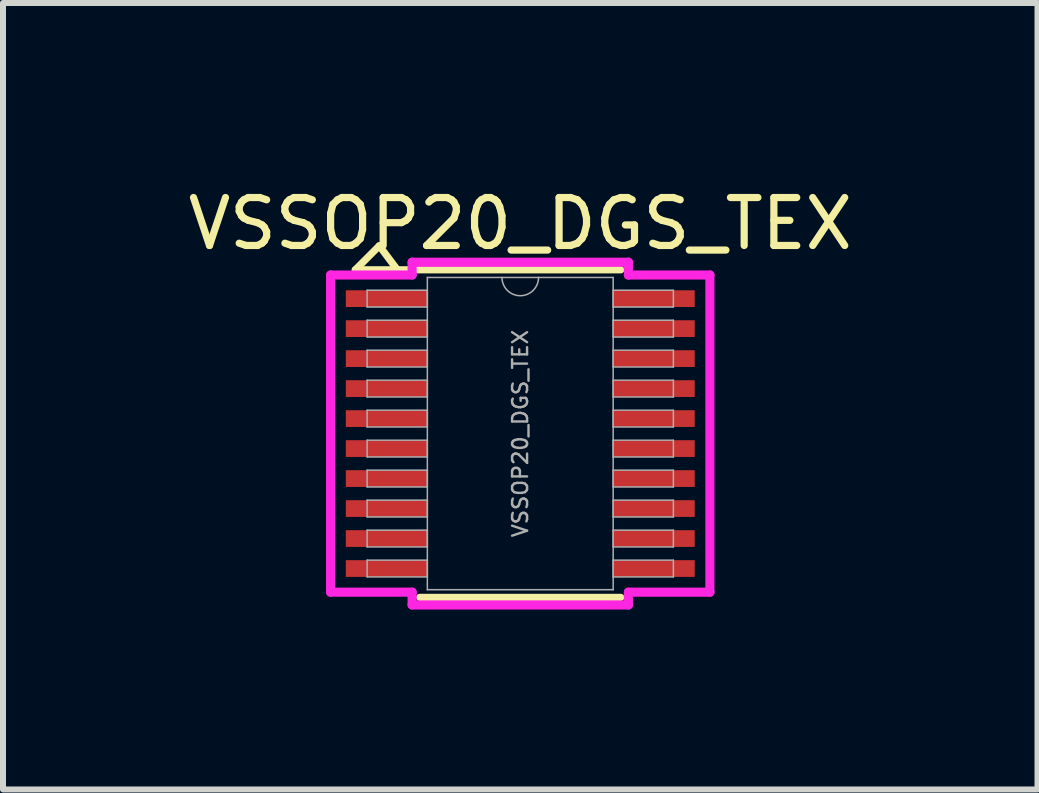
<source format=kicad_pcb>
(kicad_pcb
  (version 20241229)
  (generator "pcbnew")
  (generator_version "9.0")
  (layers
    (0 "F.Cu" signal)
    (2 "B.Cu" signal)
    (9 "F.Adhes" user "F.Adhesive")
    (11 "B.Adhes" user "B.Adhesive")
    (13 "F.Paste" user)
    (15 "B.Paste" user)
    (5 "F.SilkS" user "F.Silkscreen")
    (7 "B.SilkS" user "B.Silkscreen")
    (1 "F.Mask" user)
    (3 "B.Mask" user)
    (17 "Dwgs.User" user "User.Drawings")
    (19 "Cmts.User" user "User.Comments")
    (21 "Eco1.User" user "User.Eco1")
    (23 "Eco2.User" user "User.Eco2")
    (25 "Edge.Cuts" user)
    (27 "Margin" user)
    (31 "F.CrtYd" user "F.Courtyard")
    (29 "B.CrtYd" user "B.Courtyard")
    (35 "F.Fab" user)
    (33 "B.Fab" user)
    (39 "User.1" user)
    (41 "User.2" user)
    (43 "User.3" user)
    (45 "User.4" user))
  (footprint "VSSOP20_DGS_TEX"
    (layer "F.Cu")
    (at 5.624 4.179)
    (property "Reference" "VSSOP20_DGS_TEX" (at 0 -3.5 0) (unlocked yes) (layer "F.SilkS") (effects (font (size 0.8 0.8) (thickness 0.12))))
    (attr smd)
    (fp_line (start -2.75 -2.731) (end -2.35 -3.131) (stroke (width 0.12) (type default)) (layer "F.SilkS"))
    (fp_line (start -2.35 -3.131) (end -2.05 -2.731) (stroke (width 0.12) (type default)) (layer "F.SilkS"))
    (fp_line (start -1.676 2.731) (end 1.676 2.731) (stroke (width 0.12) (type solid)) (layer "F.SilkS"))
    (fp_line (start 1.676 -2.731) (end -2.75 -2.731) (stroke (width 0.12) (type solid)) (layer "F.SilkS"))
    (fp_line (start -3.162 -2.644) (end -1.803 -2.644) (stroke (width 0.152) (type solid)) (layer "F.CrtYd"))
    (fp_line (start -3.162 2.644) (end -3.162 -2.644) (stroke (width 0.152) (type solid)) (layer "F.CrtYd"))
    (fp_line (start -3.162 2.644) (end -1.803 2.644) (stroke (width 0.152) (type solid)) (layer "F.CrtYd"))
    (fp_line (start -1.803 -2.857) (end 1.803 -2.857) (stroke (width 0.152) (type solid)) (layer "F.CrtYd"))
    (fp_line (start -1.803 -2.644) (end -1.803 -2.857) (stroke (width 0.152) (type solid)) (layer "F.CrtYd"))
    (fp_line (start -1.803 2.857) (end -1.803 2.644) (stroke (width 0.152) (type solid)) (layer "F.CrtYd"))
    (fp_line (start 1.803 -2.857) (end 1.803 -2.644) (stroke (width 0.152) (type solid)) (layer "F.CrtYd"))
    (fp_line (start 1.803 2.644) (end 1.803 2.857) (stroke (width 0.152) (type solid)) (layer "F.CrtYd"))
    (fp_line (start 1.803 2.857) (end -1.803 2.857) (stroke (width 0.152) (type solid)) (layer "F.CrtYd"))
    (fp_line (start 3.162 -2.644) (end 1.803 -2.644) (stroke (width 0.152) (type solid)) (layer "F.CrtYd"))
    (fp_line (start 3.162 -2.644) (end 3.162 2.644) (stroke (width 0.152) (type solid)) (layer "F.CrtYd"))
    (fp_line (start 3.162 2.644) (end 1.803 2.644) (stroke (width 0.152) (type solid)) (layer "F.CrtYd"))
    (fp_line (start -2.553 -2.39) (end -2.553 -2.11) (stroke (width 0.025) (type solid)) (layer "F.Fab"))
    (fp_line (start -2.553 -2.11) (end -1.549 -2.11) (stroke (width 0.025) (type solid)) (layer "F.Fab"))
    (fp_line (start -2.553 -1.89) (end -2.553 -1.61) (stroke (width 0.025) (type solid)) (layer "F.Fab"))
    (fp_line (start -2.553 -1.61) (end -1.549 -1.61) (stroke (width 0.025) (type solid)) (layer "F.Fab"))
    (fp_line (start -2.553 -1.39) (end -2.553 -1.11) (stroke (width 0.025) (type solid)) (layer "F.Fab"))
    (fp_line (start -2.553 -1.11) (end -1.549 -1.11) (stroke (width 0.025) (type solid)) (layer "F.Fab"))
    (fp_line (start -2.553 -0.89) (end -2.553 -0.61) (stroke (width 0.025) (type solid)) (layer "F.Fab"))
    (fp_line (start -2.553 -0.61) (end -1.549 -0.61) (stroke (width 0.025) (type solid)) (layer "F.Fab"))
    (fp_line (start -2.553 -0.39) (end -2.553 -0.11) (stroke (width 0.025) (type solid)) (layer "F.Fab"))
    (fp_line (start -2.553 -0.11) (end -1.549 -0.11) (stroke (width 0.025) (type solid)) (layer "F.Fab"))
    (fp_line (start -2.553 0.11) (end -2.553 0.39) (stroke (width 0.025) (type solid)) (layer "F.Fab"))
    (fp_line (start -2.553 0.39) (end -1.549 0.39) (stroke (width 0.025) (type solid)) (layer "F.Fab"))
    (fp_line (start -2.553 0.61) (end -2.553 0.89) (stroke (width 0.025) (type solid)) (layer "F.Fab"))
    (fp_line (start -2.553 0.89) (end -1.549 0.89) (stroke (width 0.025) (type solid)) (layer "F.Fab"))
    (fp_line (start -2.553 1.11) (end -2.553 1.39) (stroke (width 0.025) (type solid)) (layer "F.Fab"))
    (fp_line (start -2.553 1.39) (end -1.549 1.39) (stroke (width 0.025) (type solid)) (layer "F.Fab"))
    (fp_line (start -2.553 1.61) (end -2.553 1.89) (stroke (width 0.025) (type solid)) (layer "F.Fab"))
    (fp_line (start -2.553 1.89) (end -1.549 1.89) (stroke (width 0.025) (type solid)) (layer "F.Fab"))
    (fp_line (start -2.553 2.11) (end -2.553 2.39) (stroke (width 0.025) (type solid)) (layer "F.Fab"))
    (fp_line (start -2.553 2.39) (end -1.549 2.39) (stroke (width 0.025) (type solid)) (layer "F.Fab"))
    (fp_line (start -1.549 -2.603) (end -1.549 2.603) (stroke (width 0.025) (type solid)) (layer "F.Fab"))
    (fp_line (start -1.549 -2.39) (end -2.553 -2.39) (stroke (width 0.025) (type solid)) (layer "F.Fab"))
    (fp_line (start -1.549 -2.11) (end -1.549 -2.39) (stroke (width 0.025) (type solid)) (layer "F.Fab"))
    (fp_line (start -1.549 -1.89) (end -2.553 -1.89) (stroke (width 0.025) (type solid)) (layer "F.Fab"))
    (fp_line (start -1.549 -1.61) (end -1.549 -1.89) (stroke (width 0.025) (type solid)) (layer "F.Fab"))
    (fp_line (start -1.549 -1.39) (end -2.553 -1.39) (stroke (width 0.025) (type solid)) (layer "F.Fab"))
    (fp_line (start -1.549 -1.11) (end -1.549 -1.39) (stroke (width 0.025) (type solid)) (layer "F.Fab"))
    (fp_line (start -1.549 -0.89) (end -2.553 -0.89) (stroke (width 0.025) (type solid)) (layer "F.Fab"))
    (fp_line (start -1.549 -0.61) (end -1.549 -0.89) (stroke (width 0.025) (type solid)) (layer "F.Fab"))
    (fp_line (start -1.549 -0.39) (end -2.553 -0.39) (stroke (width 0.025) (type solid)) (layer "F.Fab"))
    (fp_line (start -1.549 -0.11) (end -1.549 -0.39) (stroke (width 0.025) (type solid)) (layer "F.Fab"))
    (fp_line (start -1.549 0.11) (end -2.553 0.11) (stroke (width 0.025) (type solid)) (layer "F.Fab"))
    (fp_line (start -1.549 0.39) (end -1.549 0.11) (stroke (width 0.025) (type solid)) (layer "F.Fab"))
    (fp_line (start -1.549 0.61) (end -2.553 0.61) (stroke (width 0.025) (type solid)) (layer "F.Fab"))
    (fp_line (start -1.549 0.89) (end -1.549 0.61) (stroke (width 0.025) (type solid)) (layer "F.Fab"))
    (fp_line (start -1.549 1.11) (end -2.553 1.11) (stroke (width 0.025) (type solid)) (layer "F.Fab"))
    (fp_line (start -1.549 1.39) (end -1.549 1.11) (stroke (width 0.025) (type solid)) (layer "F.Fab"))
    (fp_line (start -1.549 1.61) (end -2.553 1.61) (stroke (width 0.025) (type solid)) (layer "F.Fab"))
    (fp_line (start -1.549 1.89) (end -1.549 1.61) (stroke (width 0.025) (type solid)) (layer "F.Fab"))
    (fp_line (start -1.549 2.11) (end -2.553 2.11) (stroke (width 0.025) (type solid)) (layer "F.Fab"))
    (fp_line (start -1.549 2.39) (end -1.549 2.11) (stroke (width 0.025) (type solid)) (layer "F.Fab"))
    (fp_line (start -1.549 2.603) (end 1.549 2.603) (stroke (width 0.025) (type solid)) (layer "F.Fab"))
    (fp_line (start 1.549 -2.603) (end -1.549 -2.603) (stroke (width 0.025) (type solid)) (layer "F.Fab"))
    (fp_line (start 1.549 -2.39) (end 1.549 -2.11) (stroke (width 0.025) (type solid)) (layer "F.Fab"))
    (fp_line (start 1.549 -2.11) (end 2.553 -2.11) (stroke (width 0.025) (type solid)) (layer "F.Fab"))
    (fp_line (start 1.549 -1.89) (end 1.549 -1.61) (stroke (width 0.025) (type solid)) (layer "F.Fab"))
    (fp_line (start 1.549 -1.61) (end 2.553 -1.61) (stroke (width 0.025) (type solid)) (layer "F.Fab"))
    (fp_line (start 1.549 -1.39) (end 1.549 -1.11) (stroke (width 0.025) (type solid)) (layer "F.Fab"))
    (fp_line (start 1.549 -1.11) (end 2.553 -1.11) (stroke (width 0.025) (type solid)) (layer "F.Fab"))
    (fp_line (start 1.549 -0.89) (end 1.549 -0.61) (stroke (width 0.025) (type solid)) (layer "F.Fab"))
    (fp_line (start 1.549 -0.61) (end 2.553 -0.61) (stroke (width 0.025) (type solid)) (layer "F.Fab"))
    (fp_line (start 1.549 -0.39) (end 1.549 -0.11) (stroke (width 0.025) (type solid)) (layer "F.Fab"))
    (fp_line (start 1.549 -0.11) (end 2.553 -0.11) (stroke (width 0.025) (type solid)) (layer "F.Fab"))
    (fp_line (start 1.549 0.11) (end 1.549 0.39) (stroke (width 0.025) (type solid)) (layer "F.Fab"))
    (fp_line (start 1.549 0.39) (end 2.553 0.39) (stroke (width 0.025) (type solid)) (layer "F.Fab"))
    (fp_line (start 1.549 0.61) (end 1.549 0.89) (stroke (width 0.025) (type solid)) (layer "F.Fab"))
    (fp_line (start 1.549 0.89) (end 2.553 0.89) (stroke (width 0.025) (type solid)) (layer "F.Fab"))
    (fp_line (start 1.549 1.11) (end 1.549 1.39) (stroke (width 0.025) (type solid)) (layer "F.Fab"))
    (fp_line (start 1.549 1.39) (end 2.553 1.39) (stroke (width 0.025) (type solid)) (layer "F.Fab"))
    (fp_line (start 1.549 1.61) (end 1.549 1.89) (stroke (width 0.025) (type solid)) (layer "F.Fab"))
    (fp_line (start 1.549 1.89) (end 2.553 1.89) (stroke (width 0.025) (type solid)) (layer "F.Fab"))
    (fp_line (start 1.549 2.11) (end 1.549 2.39) (stroke (width 0.025) (type solid)) (layer "F.Fab"))
    (fp_line (start 1.549 2.39) (end 2.553 2.39) (stroke (width 0.025) (type solid)) (layer "F.Fab"))
    (fp_line (start 1.549 2.603) (end 1.549 -2.603) (stroke (width 0.025) (type solid)) (layer "F.Fab"))
    (fp_line (start 2.553 -2.39) (end 1.549 -2.39) (stroke (width 0.025) (type solid)) (layer "F.Fab"))
    (fp_line (start 2.553 -2.11) (end 2.553 -2.39) (stroke (width 0.025) (type solid)) (layer "F.Fab"))
    (fp_line (start 2.553 -1.89) (end 1.549 -1.89) (stroke (width 0.025) (type solid)) (layer "F.Fab"))
    (fp_line (start 2.553 -1.61) (end 2.553 -1.89) (stroke (width 0.025) (type solid)) (layer "F.Fab"))
    (fp_line (start 2.553 -1.39) (end 1.549 -1.39) (stroke (width 0.025) (type solid)) (layer "F.Fab"))
    (fp_line (start 2.553 -1.11) (end 2.553 -1.39) (stroke (width 0.025) (type solid)) (layer "F.Fab"))
    (fp_line (start 2.553 -0.89) (end 1.549 -0.89) (stroke (width 0.025) (type solid)) (layer "F.Fab"))
    (fp_line (start 2.553 -0.61) (end 2.553 -0.89) (stroke (width 0.025) (type solid)) (layer "F.Fab"))
    (fp_line (start 2.553 -0.39) (end 1.549 -0.39) (stroke (width 0.025) (type solid)) (layer "F.Fab"))
    (fp_line (start 2.553 -0.11) (end 2.553 -0.39) (stroke (width 0.025) (type solid)) (layer "F.Fab"))
    (fp_line (start 2.553 0.11) (end 1.549 0.11) (stroke (width 0.025) (type solid)) (layer "F.Fab"))
    (fp_line (start 2.553 0.39) (end 2.553 0.11) (stroke (width 0.025) (type solid)) (layer "F.Fab"))
    (fp_line (start 2.553 0.61) (end 1.549 0.61) (stroke (width 0.025) (type solid)) (layer "F.Fab"))
    (fp_line (start 2.553 0.89) (end 2.553 0.61) (stroke (width 0.025) (type solid)) (layer "F.Fab"))
    (fp_line (start 2.553 1.11) (end 1.549 1.11) (stroke (width 0.025) (type solid)) (layer "F.Fab"))
    (fp_line (start 2.553 1.39) (end 2.553 1.11) (stroke (width 0.025) (type solid)) (layer "F.Fab"))
    (fp_line (start 2.553 1.61) (end 1.549 1.61) (stroke (width 0.025) (type solid)) (layer "F.Fab"))
    (fp_line (start 2.553 1.89) (end 2.553 1.61) (stroke (width 0.025) (type solid)) (layer "F.Fab"))
    (fp_line (start 2.553 2.11) (end 1.549 2.11) (stroke (width 0.025) (type solid)) (layer "F.Fab"))
    (fp_line (start 2.553 2.39) (end 2.553 2.11) (stroke (width 0.025) (type solid)) (layer "F.Fab"))
    (fp_arc (start 0.3048 -2.6035) (mid 0 -2.2987) (end -0.3048 -2.6035) (stroke (width 0.0254) (type solid)) (layer "F.Fab"))
    (fp_text user "${REFERENCE}" (at 0 0 90) (unlocked yes) (layer "F.Fab") (effects (font (size 0.25 0.25) (thickness 0.04))))
    (pad "1" smd rect (at -2.229 -2.25) (size 1.359 0.279) (layers "F.Cu" "F.Mask" "F.Paste"))
    (pad "2" smd rect (at -2.229 -1.75) (size 1.359 0.279) (layers "F.Cu" "F.Mask" "F.Paste"))
    (pad "3" smd rect (at -2.229 -1.25) (size 1.359 0.279) (layers "F.Cu" "F.Mask" "F.Paste"))
    (pad "4" smd rect (at -2.229 -0.75) (size 1.359 0.279) (layers "F.Cu" "F.Mask" "F.Paste"))
    (pad "5" smd rect (at -2.229 -0.25) (size 1.359 0.279) (layers "F.Cu" "F.Mask" "F.Paste"))
    (pad "6" smd rect (at -2.229 0.25) (size 1.359 0.279) (layers "F.Cu" "F.Mask" "F.Paste"))
    (pad "7" smd rect (at -2.229 0.75) (size 1.359 0.279) (layers "F.Cu" "F.Mask" "F.Paste"))
    (pad "8" smd rect (at -2.229 1.25) (size 1.359 0.279) (layers "F.Cu" "F.Mask" "F.Paste"))
    (pad "9" smd rect (at -2.229 1.75) (size 1.359 0.279) (layers "F.Cu" "F.Mask" "F.Paste"))
    (pad "10" smd rect (at -2.229 2.25) (size 1.359 0.279) (layers "F.Cu" "F.Mask" "F.Paste"))
    (pad "11" smd rect (at 2.229 2.25) (size 1.359 0.279) (layers "F.Cu" "F.Mask" "F.Paste"))
    (pad "12" smd rect (at 2.229 1.75) (size 1.359 0.279) (layers "F.Cu" "F.Mask" "F.Paste"))
    (pad "13" smd rect (at 2.229 1.25) (size 1.359 0.279) (layers "F.Cu" "F.Mask" "F.Paste"))
    (pad "14" smd rect (at 2.229 0.75) (size 1.359 0.279) (layers "F.Cu" "F.Mask" "F.Paste"))
    (pad "15" smd rect (at 2.229 0.25) (size 1.359 0.279) (layers "F.Cu" "F.Mask" "F.Paste"))
    (pad "16" smd rect (at 2.229 -0.25) (size 1.359 0.279) (layers "F.Cu" "F.Mask" "F.Paste"))
    (pad "17" smd rect (at 2.229 -0.75) (size 1.359 0.279) (layers "F.Cu" "F.Mask" "F.Paste"))
    (pad "18" smd rect (at 2.229 -1.25) (size 1.359 0.279) (layers "F.Cu" "F.Mask" "F.Paste"))
    (pad "19" smd rect (at 2.229 -1.75) (size 1.359 0.279) (layers "F.Cu" "F.Mask" "F.Paste"))
    (pad "20" smd rect (at 2.229 -2.25) (size 1.359 0.279) (layers "F.Cu" "F.Mask" "F.Paste")))
  (gr_rect
    (start -3 -3)
    (end 14.248 10.112)
    (stroke (width 0.1) (type default))
    (fill no)
    (layer "Edge.Cuts")))
</source>
